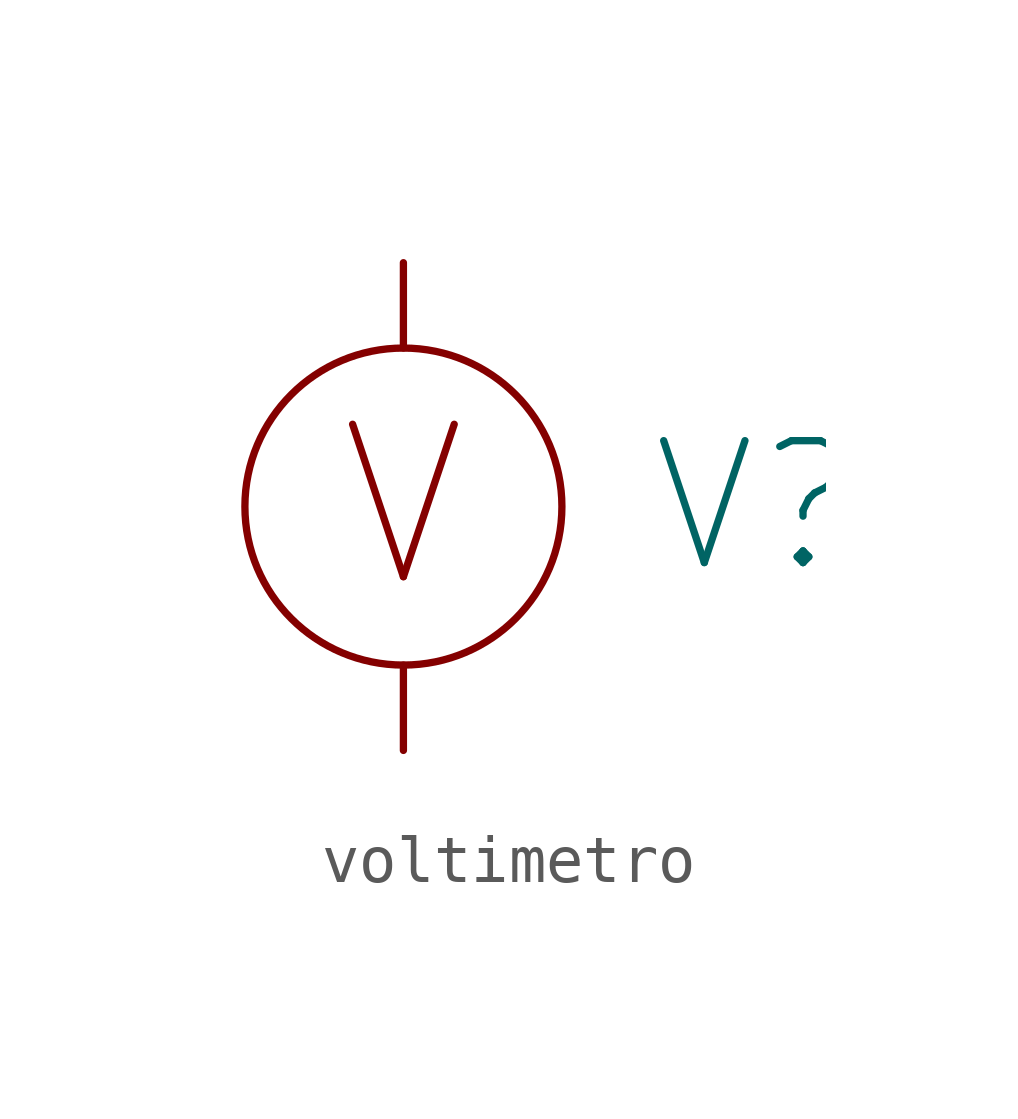
<source format=kicad_sym>
(kicad_symbol_lib
  (version 20220914)
  (generator kicad_symbol_editor)
  (symbol "voltimetro"
    (pin_names
      (offset 1.016))
    (property "Reference" "V"
      (at 5.08 -5.08 0)
      (effects (font (size 2.54 2.54)) (justify left)))
    (symbol "voltimetro_0_0"
      (text "V" (at 0 -5.08 0) (effects (font (size 3.175 3.175)))))
    (symbol "voltimetro_0_1"
      (circle (center 0 -5.08) (radius 3.302) (stroke (width 0) (type default)) (fill (type none))))
    (symbol "voltimetro_1_1"
      (pin input line (at 0 -10.16 90) (length 1.778) (name "" (effects (font (size 1.27 1.27)))) (number "" (effects (font (size 1.143 1.143)))))
      (pin input line (at 0 0 270) (length 1.778) (name "" (effects (font (size 1.27 1.27)))) (number "" (effects (font (size 1.143 1.143))))))))
</source>
